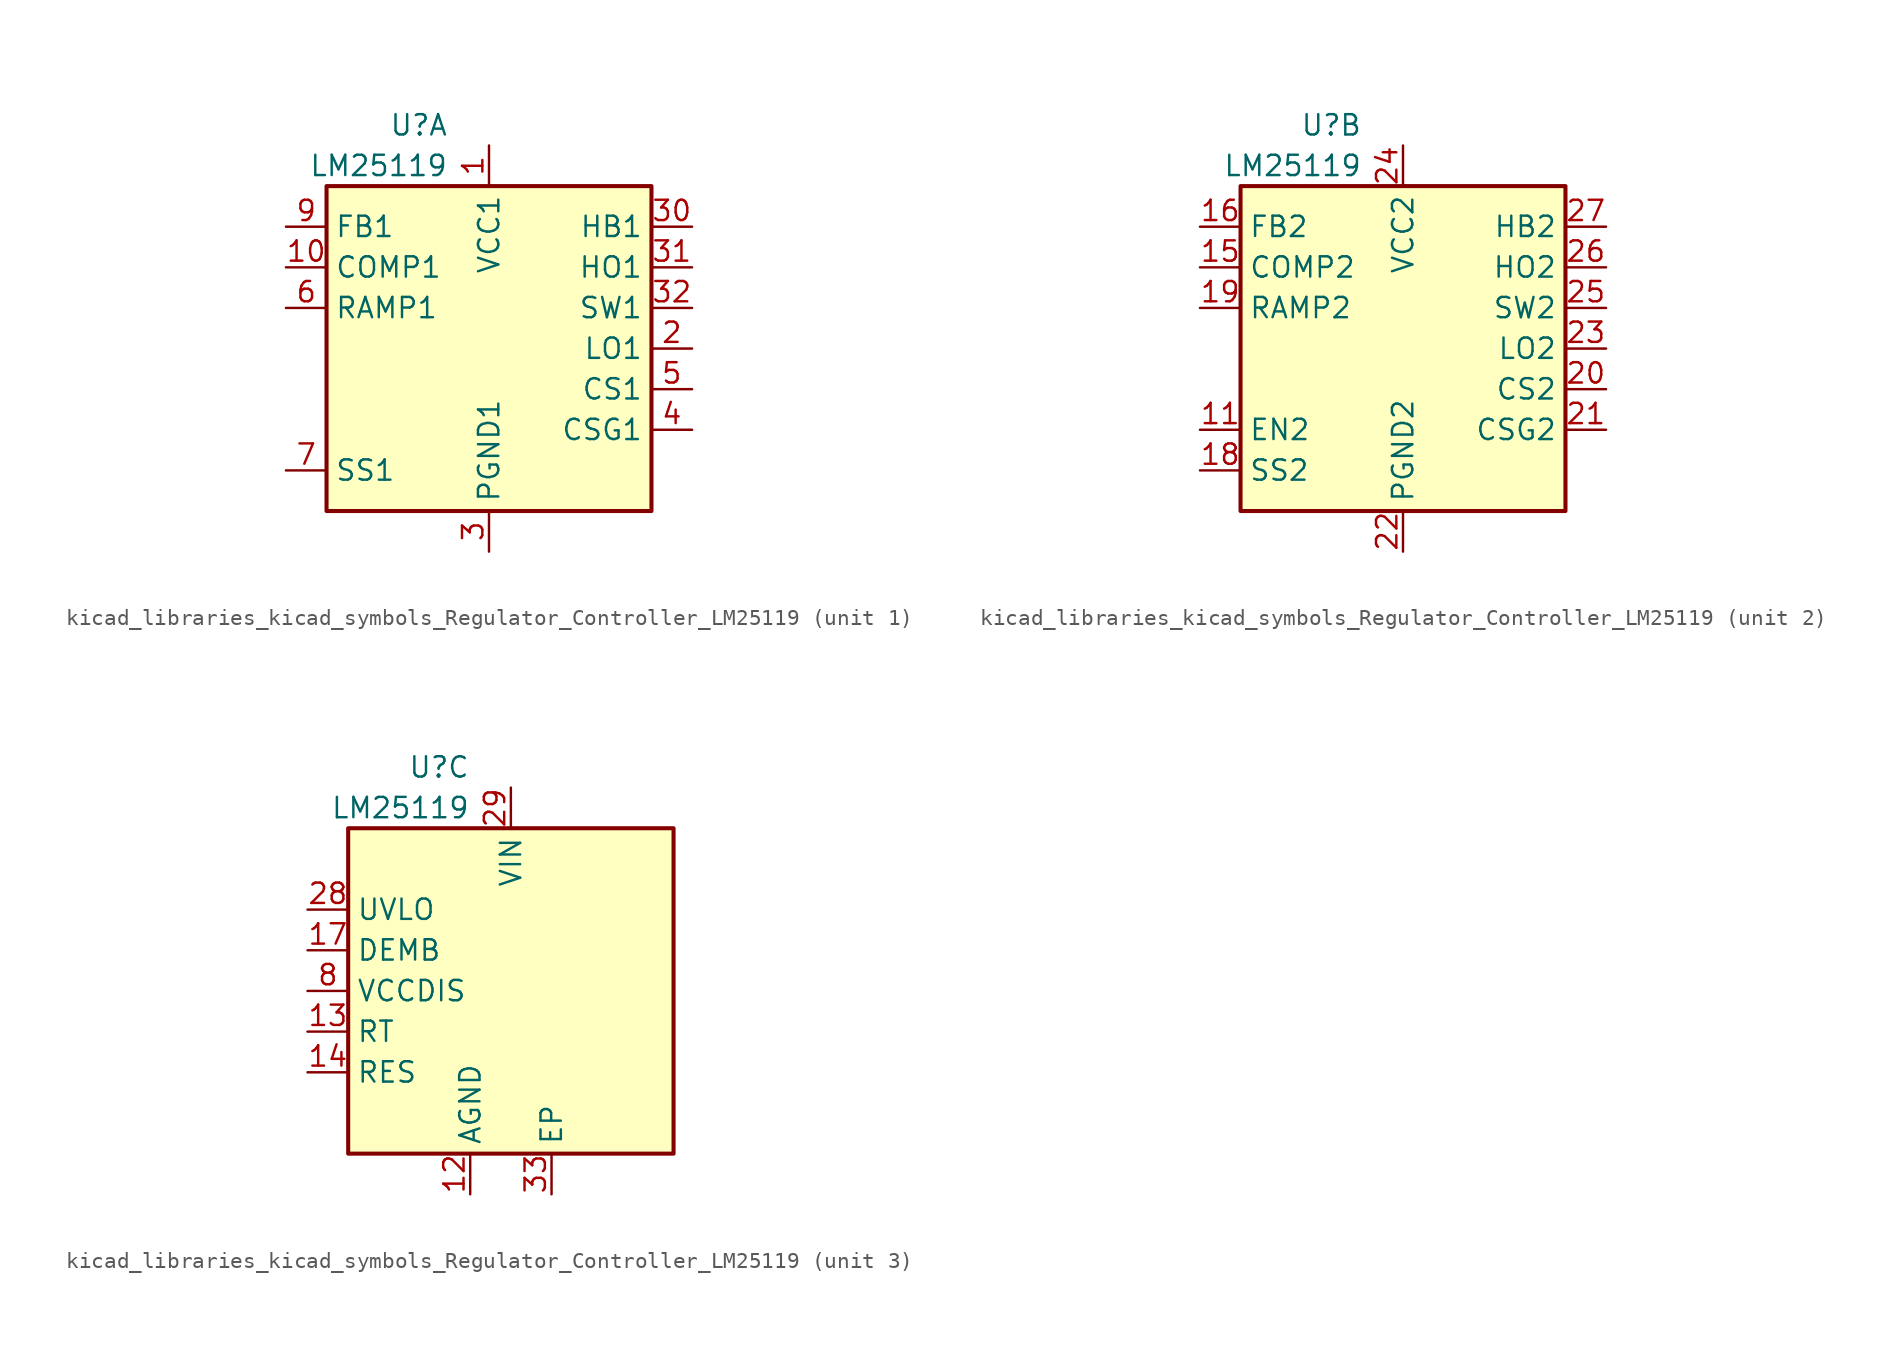
<source format=kicad_sym>
(kicad_symbol_lib
  (version 20220914)
  (generator kicad_symbol_editor)
  (symbol "kicad_libraries_kicad_symbols_Regulator_Controller_LM25119"
    (property "Reference" "U"
      (at -2.54 13.97 0)
      (effects (font (size 1.27 1.27)) (justify right)))
    (property "Value" "LM25119"
      (at -2.54 11.43 0)
      (effects (font (size 1.27 1.27)) (justify right)))
    (property "ki_locked" ""
      (at 0 0 0)
      (effects (font (size 1.27 1.27))))
    (symbol "kicad_libraries_kicad_symbols_Regulator_Controller_LM25119_0_1"
      (rectangle (start -10.16 10.16) (end 10.16 -10.16) (stroke (width 0.254) (type default)) (fill (type background))))
    (symbol "kicad_libraries_kicad_symbols_Regulator_Controller_LM25119_1_1"
      (pin power_in line (at 0 12.7 270) (length 2.54) (name "VCC1" (effects (font (size 1.27 1.27)))) (number "1" (effects (font (size 1.27 1.27)))))
      (pin output line (at -12.7 5.08 0) (length 2.54) (name "COMP1" (effects (font (size 1.27 1.27)))) (number "10" (effects (font (size 1.27 1.27)))))
      (pin output line (at 12.7 0 180) (length 2.54) (name "LO1" (effects (font (size 1.27 1.27)))) (number "2" (effects (font (size 1.27 1.27)))))
      (pin power_in line (at 0 -12.7 90) (length 2.54) (name "PGND1" (effects (font (size 1.27 1.27)))) (number "3" (effects (font (size 1.27 1.27)))))
      (pin power_in line (at 12.7 7.62 180) (length 2.54) (name "HB1" (effects (font (size 1.27 1.27)))) (number "30" (effects (font (size 1.27 1.27)))))
      (pin output line (at 12.7 5.08 180) (length 2.54) (name "HO1" (effects (font (size 1.27 1.27)))) (number "31" (effects (font (size 1.27 1.27)))))
      (pin bidirectional line (at 12.7 2.54 180) (length 2.54) (name "SW1" (effects (font (size 1.27 1.27)))) (number "32" (effects (font (size 1.27 1.27)))))
      (pin input line (at 12.7 -5.08 180) (length 2.54) (name "CSG1" (effects (font (size 1.27 1.27)))) (number "4" (effects (font (size 1.27 1.27)))))
      (pin input line (at 12.7 -2.54 180) (length 2.54) (name "CS1" (effects (font (size 1.27 1.27)))) (number "5" (effects (font (size 1.27 1.27)))))
      (pin input line (at -12.7 2.54 0) (length 2.54) (name "RAMP1" (effects (font (size 1.27 1.27)))) (number "6" (effects (font (size 1.27 1.27)))))
      (pin input line (at -12.7 -7.62 0) (length 2.54) (name "SS1" (effects (font (size 1.27 1.27)))) (number "7" (effects (font (size 1.27 1.27)))))
      (pin input line (at -12.7 7.62 0) (length 2.54) (name "FB1" (effects (font (size 1.27 1.27)))) (number "9" (effects (font (size 1.27 1.27))))))
    (symbol "kicad_libraries_kicad_symbols_Regulator_Controller_LM25119_2_1"
      (pin input line (at -12.7 -5.08 0) (length 2.54) (name "EN2" (effects (font (size 1.27 1.27)))) (number "11" (effects (font (size 1.27 1.27)))))
      (pin output line (at -12.7 5.08 0) (length 2.54) (name "COMP2" (effects (font (size 1.27 1.27)))) (number "15" (effects (font (size 1.27 1.27)))))
      (pin input line (at -12.7 7.62 0) (length 2.54) (name "FB2" (effects (font (size 1.27 1.27)))) (number "16" (effects (font (size 1.27 1.27)))))
      (pin input line (at -12.7 -7.62 0) (length 2.54) (name "SS2" (effects (font (size 1.27 1.27)))) (number "18" (effects (font (size 1.27 1.27)))))
      (pin input line (at -12.7 2.54 0) (length 2.54) (name "RAMP2" (effects (font (size 1.27 1.27)))) (number "19" (effects (font (size 1.27 1.27)))))
      (pin input line (at 12.7 -2.54 180) (length 2.54) (name "CS2" (effects (font (size 1.27 1.27)))) (number "20" (effects (font (size 1.27 1.27)))))
      (pin input line (at 12.7 -5.08 180) (length 2.54) (name "CSG2" (effects (font (size 1.27 1.27)))) (number "21" (effects (font (size 1.27 1.27)))))
      (pin power_in line (at 0 -12.7 90) (length 2.54) (name "PGND2" (effects (font (size 1.27 1.27)))) (number "22" (effects (font (size 1.27 1.27)))))
      (pin output line (at 12.7 0 180) (length 2.54) (name "LO2" (effects (font (size 1.27 1.27)))) (number "23" (effects (font (size 1.27 1.27)))))
      (pin power_in line (at 0 12.7 270) (length 2.54) (name "VCC2" (effects (font (size 1.27 1.27)))) (number "24" (effects (font (size 1.27 1.27)))))
      (pin bidirectional line (at 12.7 2.54 180) (length 2.54) (name "SW2" (effects (font (size 1.27 1.27)))) (number "25" (effects (font (size 1.27 1.27)))))
      (pin output line (at 12.7 5.08 180) (length 2.54) (name "HO2" (effects (font (size 1.27 1.27)))) (number "26" (effects (font (size 1.27 1.27)))))
      (pin power_in line (at 12.7 7.62 180) (length 2.54) (name "HB2" (effects (font (size 1.27 1.27)))) (number "27" (effects (font (size 1.27 1.27))))))
    (symbol "kicad_libraries_kicad_symbols_Regulator_Controller_LM25119_3_1"
      (pin power_in line (at -2.54 -12.7 90) (length 2.54) (name "AGND" (effects (font (size 1.27 1.27)))) (number "12" (effects (font (size 1.27 1.27)))))
      (pin input line (at -12.7 -2.54 0) (length 2.54) (name "RT" (effects (font (size 1.27 1.27)))) (number "13" (effects (font (size 1.27 1.27)))))
      (pin output line (at -12.7 -5.08 0) (length 2.54) (name "RES" (effects (font (size 1.27 1.27)))) (number "14" (effects (font (size 1.27 1.27)))))
      (pin input line (at -12.7 2.54 0) (length 2.54) (name "DEMB" (effects (font (size 1.27 1.27)))) (number "17" (effects (font (size 1.27 1.27)))))
      (pin input line (at -12.7 5.08 0) (length 2.54) (name "UVLO" (effects (font (size 1.27 1.27)))) (number "28" (effects (font (size 1.27 1.27)))))
      (pin power_in line (at 0 12.7 270) (length 2.54) (name "VIN" (effects (font (size 1.27 1.27)))) (number "29" (effects (font (size 1.27 1.27)))))
      (pin unspecified line (at 2.54 -12.7 90) (length 2.54) (name "EP" (effects (font (size 1.27 1.27)))) (number "33" (effects (font (size 1.27 1.27)))))
      (pin input line (at -12.7 0 0) (length 2.54) (name "VCCDIS" (effects (font (size 1.27 1.27)))) (number "8" (effects (font (size 1.27 1.27))))))))
</source>
